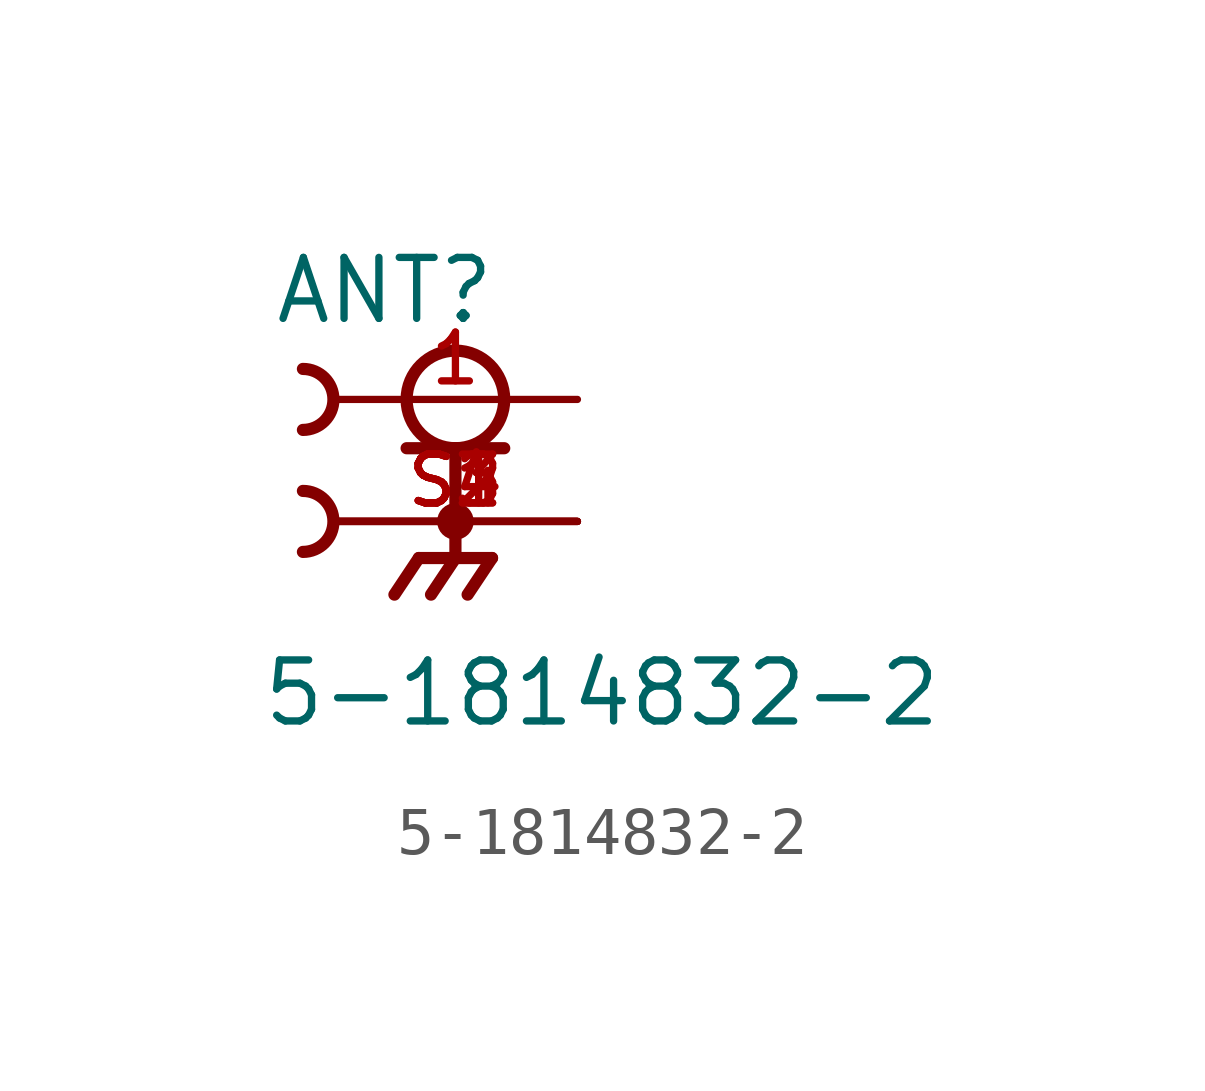
<source format=kicad_sym>
(kicad_symbol_lib
  (version 20231120)
  (generator "kicad_symbol_editor")
  (generator_version "8.0")
  (symbol "5-1814832-2"
    (pin_names
      (offset 1.016))
    (property "Reference" "ANT"
      (at -3.81 1.524 0)
      (effects (font (size 1.27 1.27)) (justify left bottom)))
    (property "Value" "5-1814832-2"
      (at -4.064 -6.858 0)
      (effects (font (size 1.27 1.27)) (justify left bottom)))
    (symbol "5-1814832-2_0_0"
      (arc (start -3.175 -3.175) (mid -2.5427 -2.54) (end -3.175 -1.905) (stroke (width 0.254) (type default)) (fill (type none)))
      (arc (start -3.175 -0.635) (mid -2.5427 0) (end -3.175 0.635) (stroke (width 0.254) (type default)) (fill (type none)))
      (circle (center 0 -2.54) (radius 0.254) (stroke (width 0.254) (type default)) (fill (type none)))
      (polyline (pts (xy -1.016 -1.016) (xy 0 -1.016)) (stroke (width 0.254) (type default)) (fill (type none)))
      (polyline (pts (xy -0.762 -3.302) (xy -1.27 -4.064)) (stroke (width 0.254) (type default)) (fill (type none)))
      (polyline (pts (xy 0 -3.302) (xy -0.762 -3.302)) (stroke (width 0.254) (type default)) (fill (type none)))
      (polyline (pts (xy 0 -3.302) (xy -0.508 -4.064)) (stroke (width 0.254) (type default)) (fill (type none)))
      (polyline (pts (xy 0 -3.302) (xy 0.762 -3.302)) (stroke (width 0.254) (type default)) (fill (type none)))
      (polyline (pts (xy 0 -1.016) (xy 0 -3.302)) (stroke (width 0.254) (type default)) (fill (type none)))
      (polyline (pts (xy 0 -1.016) (xy 1.016 -1.016)) (stroke (width 0.254) (type default)) (fill (type none)))
      (polyline (pts (xy 0.762 -3.302) (xy 0.254 -4.064)) (stroke (width 0.254) (type default)) (fill (type none)))
      (circle (center 0 0) (radius 1.016) (stroke (width 0.254) (type default)) (fill (type none)))
      (pin passive line (at 2.54 0 180) (length 5.08) (name "~" (effects (font (size 1.016 1.016)))) (number "1" (effects (font (size 1.016 1.016)))))
      (pin passive line (at 2.54 -2.54 180) (length 5.08) (name "~" (effects (font (size 1.016 1.016)))) (number "S1" (effects (font (size 1.016 1.016)))))
      (pin passive line (at 2.54 -2.54 180) (length 5.08) (name "~" (effects (font (size 1.016 1.016)))) (number "S2" (effects (font (size 1.016 1.016)))))
      (pin passive line (at 2.54 -2.54 180) (length 5.08) (name "~" (effects (font (size 1.016 1.016)))) (number "S3" (effects (font (size 1.016 1.016)))))
      (pin passive line (at 2.54 -2.54 180) (length 5.08) (name "~" (effects (font (size 1.016 1.016)))) (number "S4" (effects (font (size 1.016 1.016))))))))
</source>
